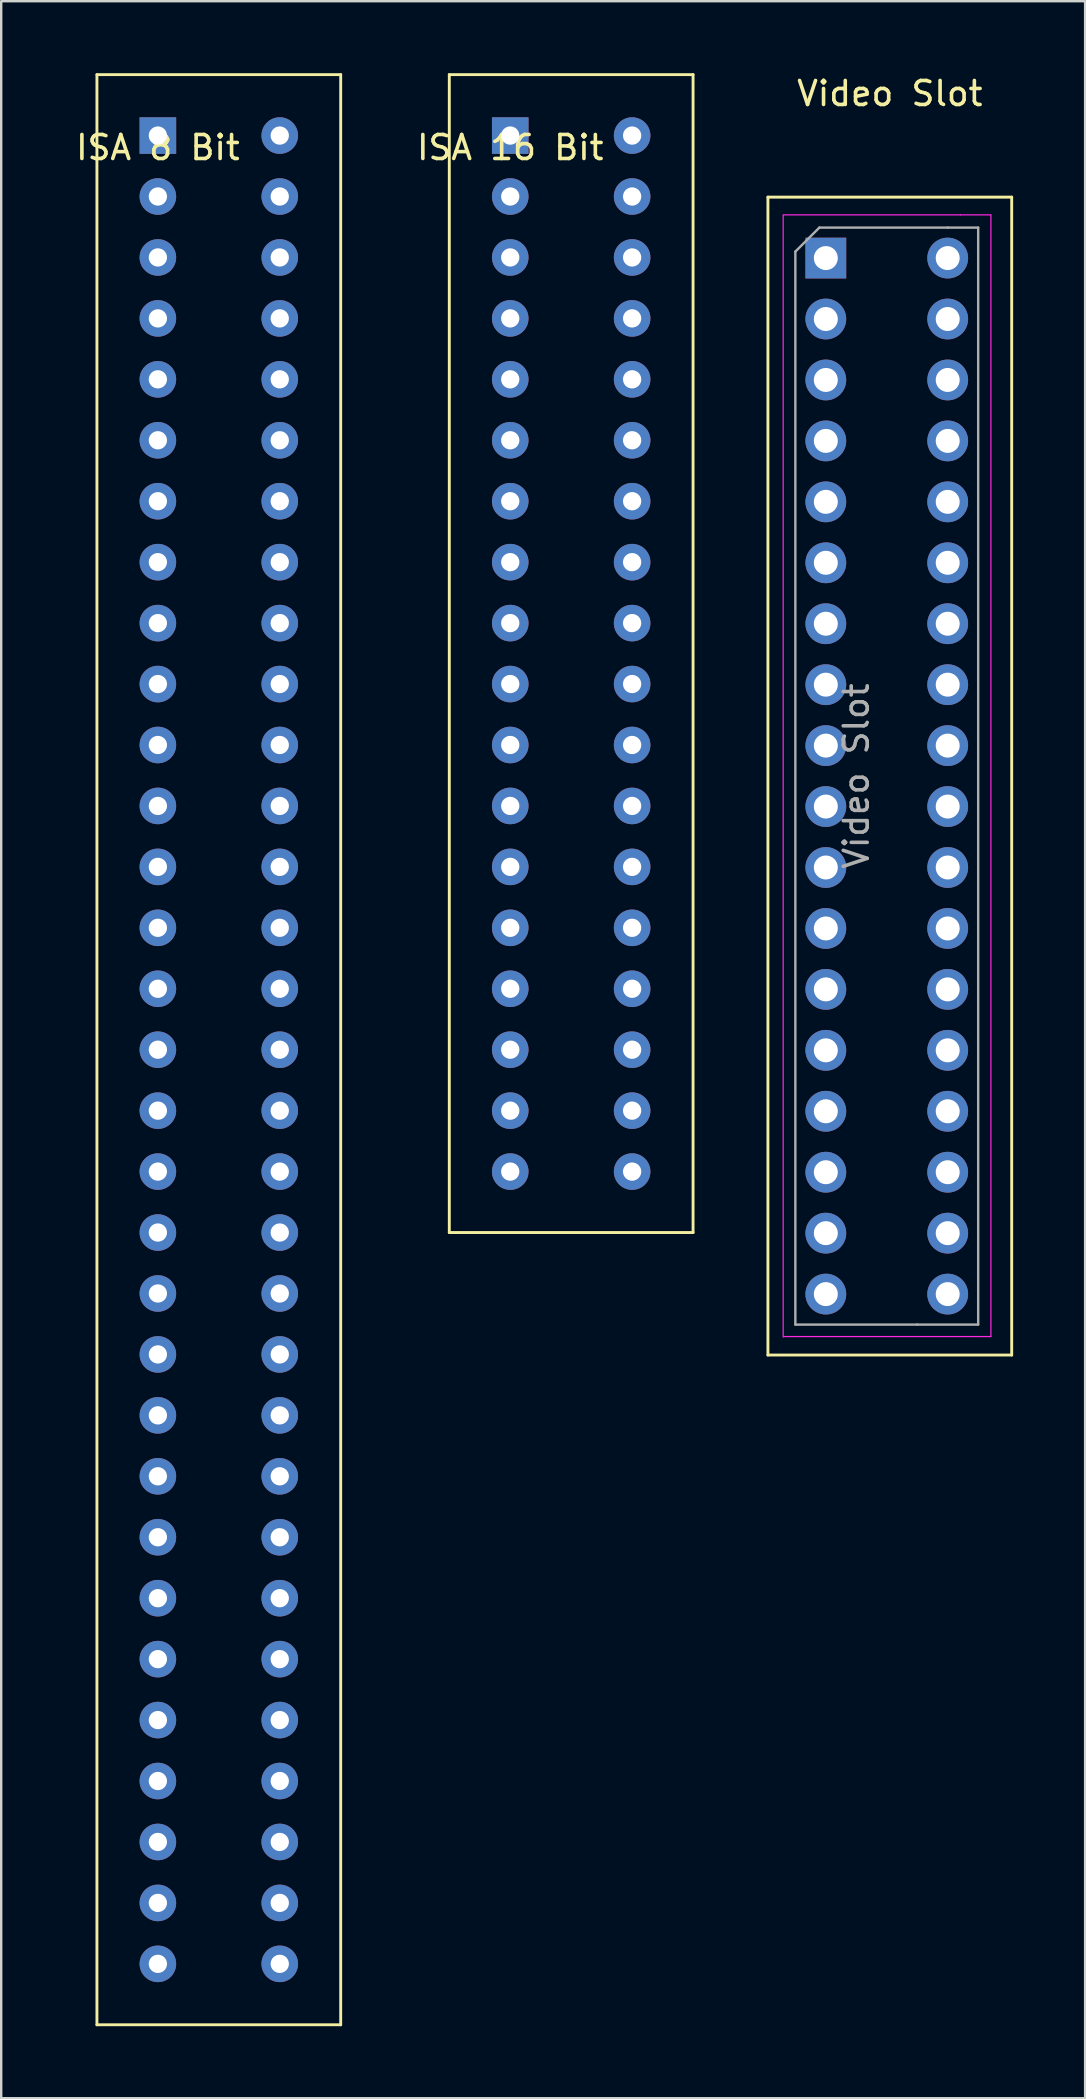
<source format=kicad_pcb>
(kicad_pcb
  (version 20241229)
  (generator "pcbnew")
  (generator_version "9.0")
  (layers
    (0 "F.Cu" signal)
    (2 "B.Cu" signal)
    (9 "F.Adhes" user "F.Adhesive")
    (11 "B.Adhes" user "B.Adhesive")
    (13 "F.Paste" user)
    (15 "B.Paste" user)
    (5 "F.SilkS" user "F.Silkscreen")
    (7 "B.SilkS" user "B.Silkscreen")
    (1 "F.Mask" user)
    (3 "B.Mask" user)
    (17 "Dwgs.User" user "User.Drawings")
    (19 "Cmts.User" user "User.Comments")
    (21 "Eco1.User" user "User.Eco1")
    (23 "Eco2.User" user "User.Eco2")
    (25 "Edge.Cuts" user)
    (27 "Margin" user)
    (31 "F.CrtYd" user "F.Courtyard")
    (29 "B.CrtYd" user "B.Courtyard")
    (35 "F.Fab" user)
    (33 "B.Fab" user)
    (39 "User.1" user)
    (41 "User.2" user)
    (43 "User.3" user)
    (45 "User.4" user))
  (footprint "Video Slot"
    (layer "F.Cu")
    (at 35.941 4.658)
    (property "Reference" "Video Slot" (at -1.905 -3.81 0) (layer "F.SilkS") (effects (font (size 1 1) (thickness 0.15))))
    (attr through_hole)
    (fp_line (start -6.985 48.768) (end -6.985 0.508) (stroke (width 0.12) (type solid)) (layer "F.SilkS"))
    (fp_line (start -6.985 48.768) (end 3.175 48.768) (stroke (width 0.12) (type solid)) (layer "F.SilkS"))
    (fp_line (start 3.175 0.508) (end -6.985 0.508) (stroke (width 0.12) (type solid)) (layer "F.SilkS"))
    (fp_line (start 3.175 0.508) (end 3.175 48.768) (stroke (width 0.12) (type solid)) (layer "F.SilkS"))
    (fp_line (start -6.35 1.27) (end -6.35 48.02) (stroke (width 0.05) (type solid)) (layer "F.CrtYd"))
    (fp_line (start -6.332 47.998) (end -0.232 47.998) (stroke (width 0.05) (type solid)) (layer "F.CrtYd"))
    (fp_line (start -0.232 47.998) (end 2.308 47.998) (stroke (width 0.05) (type solid)) (layer "F.CrtYd"))
    (fp_line (start 1.038 1.248) (end -6.35 1.248) (stroke (width 0.05) (type solid)) (layer "F.CrtYd"))
    (fp_line (start 1.038 1.248) (end 2.308 1.248) (stroke (width 0.05) (type solid)) (layer "F.CrtYd"))
    (fp_line (start 2.308 47.998) (end 2.308 1.248) (stroke (width 0.05) (type solid)) (layer "F.CrtYd"))
    (fp_line (start -5.842 2.778) (end -5.842 47.498) (stroke (width 0.1) (type solid)) (layer "F.Fab"))
    (fp_line (start -5.842 47.498) (end -0.762 47.498) (stroke (width 0.1) (type solid)) (layer "F.Fab"))
    (fp_line (start -4.842 1.778) (end -5.842 2.778) (stroke (width 0.1) (type solid)) (layer "F.Fab"))
    (fp_line (start -0.762 47.498) (end 1.778 47.498) (stroke (width 0.1) (type solid)) (layer "F.Fab"))
    (fp_line (start 0.508 1.778) (end -4.842 1.778) (stroke (width 0.1) (type solid)) (layer "F.Fab"))
    (fp_line (start 0.508 1.778) (end 1.778 1.778) (stroke (width 0.1) (type solid)) (layer "F.Fab"))
    (fp_line (start 1.778 47.498) (end 1.778 1.778) (stroke (width 0.1) (type solid)) (layer "F.Fab"))
    (fp_text user "${REFERENCE}" (at -3.302 24.638 90) (layer "F.Fab") (effects (font (size 1 1) (thickness 0.15))))
    (pad "1" thru_hole rect (at -4.572 3.048) (size 1.7 1.7) (drill 1) (layers "*.Cu" "*.Mask"))
    (pad "2" thru_hole oval (at 0.508 3.048) (size 1.7 1.7) (drill 1) (layers "*.Cu" "*.Mask"))
    (pad "3" thru_hole oval (at -4.572 5.588) (size 1.7 1.7) (drill 1) (layers "*.Cu" "*.Mask"))
    (pad "4" thru_hole oval (at 0.508 5.588) (size 1.7 1.7) (drill 1) (layers "*.Cu" "*.Mask"))
    (pad "5" thru_hole oval (at -4.572 8.128) (size 1.7 1.7) (drill 1) (layers "*.Cu" "*.Mask"))
    (pad "6" thru_hole oval (at 0.508 8.128) (size 1.7 1.7) (drill 1) (layers "*.Cu" "*.Mask"))
    (pad "7" thru_hole oval (at -4.572 10.668) (size 1.7 1.7) (drill 1) (layers "*.Cu" "*.Mask"))
    (pad "8" thru_hole oval (at 0.508 10.668) (size 1.7 1.7) (drill 1) (layers "*.Cu" "*.Mask"))
    (pad "9" thru_hole oval (at -4.572 13.208) (size 1.7 1.7) (drill 1) (layers "*.Cu" "*.Mask"))
    (pad "10" thru_hole oval (at 0.508 13.208) (size 1.7 1.7) (drill 1) (layers "*.Cu" "*.Mask"))
    (pad "11" thru_hole oval (at -4.572 15.748) (size 1.7 1.7) (drill 1) (layers "*.Cu" "*.Mask"))
    (pad "12" thru_hole oval (at 0.508 15.748) (size 1.7 1.7) (drill 1) (layers "*.Cu" "*.Mask"))
    (pad "13" thru_hole oval (at -4.572 18.288) (size 1.7 1.7) (drill 1) (layers "*.Cu" "*.Mask"))
    (pad "14" thru_hole oval (at 0.508 18.288) (size 1.7 1.7) (drill 1) (layers "*.Cu" "*.Mask"))
    (pad "15" thru_hole oval (at -4.572 20.828) (size 1.7 1.7) (drill 1) (layers "*.Cu" "*.Mask"))
    (pad "16" thru_hole oval (at 0.508 20.828) (size 1.7 1.7) (drill 1) (layers "*.Cu" "*.Mask"))
    (pad "17" thru_hole oval (at -4.572 23.368) (size 1.7 1.7) (drill 1) (layers "*.Cu" "*.Mask"))
    (pad "18" thru_hole oval (at 0.508 23.368) (size 1.7 1.7) (drill 1) (layers "*.Cu" "*.Mask"))
    (pad "19" thru_hole oval (at -4.572 25.908) (size 1.7 1.7) (drill 1) (layers "*.Cu" "*.Mask"))
    (pad "20" thru_hole oval (at 0.508 25.908) (size 1.7 1.7) (drill 1) (layers "*.Cu" "*.Mask"))
    (pad "21" thru_hole oval (at -4.572 28.448) (size 1.7 1.7) (drill 1) (layers "*.Cu" "*.Mask"))
    (pad "22" thru_hole oval (at 0.508 28.448) (size 1.7 1.7) (drill 1) (layers "*.Cu" "*.Mask"))
    (pad "23" thru_hole oval (at -4.572 30.988) (size 1.7 1.7) (drill 1) (layers "*.Cu" "*.Mask"))
    (pad "24" thru_hole oval (at 0.508 30.988) (size 1.7 1.7) (drill 1) (layers "*.Cu" "*.Mask"))
    (pad "25" thru_hole oval (at -4.572 33.528) (size 1.7 1.7) (drill 1) (layers "*.Cu" "*.Mask"))
    (pad "26" thru_hole oval (at 0.508 33.528) (size 1.7 1.7) (drill 1) (layers "*.Cu" "*.Mask"))
    (pad "27" thru_hole oval (at -4.572 36.068) (size 1.7 1.7) (drill 1) (layers "*.Cu" "*.Mask"))
    (pad "28" thru_hole oval (at 0.508 36.068) (size 1.7 1.7) (drill 1) (layers "*.Cu" "*.Mask"))
    (pad "29" thru_hole oval (at -4.572 38.608) (size 1.7 1.7) (drill 1) (layers "*.Cu" "*.Mask"))
    (pad "30" thru_hole oval (at 0.508 38.608) (size 1.7 1.7) (drill 1) (layers "*.Cu" "*.Mask"))
    (pad "31" thru_hole oval (at -4.572 41.148) (size 1.7 1.7) (drill 1) (layers "*.Cu" "*.Mask"))
    (pad "32" thru_hole oval (at 0.508 41.148) (size 1.7 1.7) (drill 1) (layers "*.Cu" "*.Mask"))
    (pad "33" thru_hole oval (at -4.572 43.688) (size 1.7 1.7) (drill 1) (layers "*.Cu" "*.Mask"))
    (pad "34" thru_hole oval (at 0.508 43.688) (size 1.7 1.7) (drill 1) (layers "*.Cu" "*.Mask"))
    (pad "35" thru_hole oval (at -4.572 46.228) (size 1.7 1.7) (drill 1) (layers "*.Cu" "*.Mask"))
    (pad "36" thru_hole oval (at 0.508 46.228) (size 1.7 1.7) (drill 1) (layers "*.Cu" "*.Mask")))
  (footprint "ISA 16 Bit"
    (layer "F.Cu")
    (at 18.216 2.6)
    (property "Reference" "ISA 16 Bit" (at 0 0.5 0) (layer "F.SilkS") (effects (font (size 1 1) (thickness 0.15))))
    (attr through_hole)
    (fp_line (start -2.54 45.72) (end -2.54 -2.54) (stroke (width 0.12) (type solid)) (layer "F.SilkS"))
    (fp_line (start -2.54 45.72) (end 7.62 45.72) (stroke (width 0.12) (type solid)) (layer "F.SilkS"))
    (fp_line (start 7.62 -2.54) (end -2.54 -2.54) (stroke (width 0.12) (type solid)) (layer "F.SilkS"))
    (fp_line (start 7.62 -2.54) (end 7.62 45.72) (stroke (width 0.12) (type solid)) (layer "F.SilkS"))
    (pad "1" thru_hole rect (at 0 0) (size 1.524 1.524) (drill 0.762) (layers "*.Cu" "*.Mask"))
    (pad "2" thru_hole circle (at 5.08 0) (size 1.524 1.524) (drill 0.762) (layers "*.Cu" "*.Mask"))
    (pad "3" thru_hole circle (at 0 2.54) (size 1.524 1.524) (drill 0.762) (layers "*.Cu" "*.Mask"))
    (pad "4" thru_hole circle (at 5.08 2.54) (size 1.524 1.524) (drill 0.762) (layers "*.Cu" "*.Mask"))
    (pad "5" thru_hole circle (at 0 5.08) (size 1.524 1.524) (drill 0.762) (layers "*.Cu" "*.Mask"))
    (pad "6" thru_hole circle (at 5.08 5.08) (size 1.524 1.524) (drill 0.762) (layers "*.Cu" "*.Mask"))
    (pad "7" thru_hole circle (at 0 7.62) (size 1.524 1.524) (drill 0.762) (layers "*.Cu" "*.Mask"))
    (pad "8" thru_hole circle (at 5.08 7.62) (size 1.524 1.524) (drill 0.762) (layers "*.Cu" "*.Mask"))
    (pad "9" thru_hole circle (at 0 10.16) (size 1.524 1.524) (drill 0.762) (layers "*.Cu" "*.Mask"))
    (pad "10" thru_hole circle (at 5.08 10.16) (size 1.524 1.524) (drill 0.762) (layers "*.Cu" "*.Mask"))
    (pad "11" thru_hole circle (at 0 12.7) (size 1.524 1.524) (drill 0.762) (layers "*.Cu" "*.Mask"))
    (pad "12" thru_hole circle (at 5.08 12.7) (size 1.524 1.524) (drill 0.762) (layers "*.Cu" "*.Mask"))
    (pad "13" thru_hole circle (at 0 15.24) (size 1.524 1.524) (drill 0.762) (layers "*.Cu" "*.Mask"))
    (pad "14" thru_hole circle (at 5.08 15.24) (size 1.524 1.524) (drill 0.762) (layers "*.Cu" "*.Mask"))
    (pad "15" thru_hole circle (at 0 17.78) (size 1.524 1.524) (drill 0.762) (layers "*.Cu" "*.Mask"))
    (pad "16" thru_hole circle (at 5.08 17.78) (size 1.524 1.524) (drill 0.762) (layers "*.Cu" "*.Mask"))
    (pad "17" thru_hole circle (at 0 20.32) (size 1.524 1.524) (drill 0.762) (layers "*.Cu" "*.Mask"))
    (pad "18" thru_hole circle (at 5.08 20.32) (size 1.524 1.524) (drill 0.762) (layers "*.Cu" "*.Mask"))
    (pad "19" thru_hole circle (at 0 22.86) (size 1.524 1.524) (drill 0.762) (layers "*.Cu" "*.Mask"))
    (pad "20" thru_hole circle (at 5.08 22.86) (size 1.524 1.524) (drill 0.762) (layers "*.Cu" "*.Mask"))
    (pad "21" thru_hole circle (at 0 25.4) (size 1.524 1.524) (drill 0.762) (layers "*.Cu" "*.Mask"))
    (pad "22" thru_hole circle (at 5.08 25.4) (size 1.524 1.524) (drill 0.762) (layers "*.Cu" "*.Mask"))
    (pad "23" thru_hole circle (at 0 27.94) (size 1.524 1.524) (drill 0.762) (layers "*.Cu" "*.Mask"))
    (pad "24" thru_hole circle (at 5.08 27.94) (size 1.524 1.524) (drill 0.762) (layers "*.Cu" "*.Mask"))
    (pad "25" thru_hole circle (at 0 30.48) (size 1.524 1.524) (drill 0.762) (layers "*.Cu" "*.Mask"))
    (pad "26" thru_hole circle (at 5.08 30.48) (size 1.524 1.524) (drill 0.762) (layers "*.Cu" "*.Mask"))
    (pad "27" thru_hole circle (at 0 33.02) (size 1.524 1.524) (drill 0.762) (layers "*.Cu" "*.Mask"))
    (pad "28" thru_hole circle (at 5.08 33.02) (size 1.524 1.524) (drill 0.762) (layers "*.Cu" "*.Mask"))
    (pad "29" thru_hole circle (at 0 35.56) (size 1.524 1.524) (drill 0.762) (layers "*.Cu" "*.Mask"))
    (pad "30" thru_hole circle (at 5.08 35.56) (size 1.524 1.524) (drill 0.762) (layers "*.Cu" "*.Mask"))
    (pad "31" thru_hole circle (at 0 38.1) (size 1.524 1.524) (drill 0.762) (layers "*.Cu" "*.Mask"))
    (pad "32" thru_hole circle (at 5.08 38.1) (size 1.524 1.524) (drill 0.762) (layers "*.Cu" "*.Mask"))
    (pad "33" thru_hole circle (at 0 40.64) (size 1.524 1.524) (drill 0.762) (layers "*.Cu" "*.Mask"))
    (pad "34" thru_hole circle (at 5.08 40.64) (size 1.524 1.524) (drill 0.762) (layers "*.Cu" "*.Mask"))
    (pad "35" thru_hole circle (at 0 43.18) (size 1.524 1.524) (drill 0.762) (layers "*.Cu" "*.Mask"))
    (pad "36" thru_hole circle (at 5.08 43.18) (size 1.524 1.524) (drill 0.762) (layers "*.Cu" "*.Mask")))
  (footprint "ISA 8 Bit"
    (layer "F.Cu")
    (at 3.53 2.6)
    (property "Reference" "ISA 8 Bit" (at 0 0.5 0) (layer "F.SilkS") (effects (font (size 1 1) (thickness 0.15))))
    (attr through_hole)
    (fp_line (start -2.54 78.74) (end -2.54 -2.54) (stroke (width 0.12) (type solid)) (layer "F.SilkS"))
    (fp_line (start -2.54 78.74) (end 7.62 78.74) (stroke (width 0.12) (type solid)) (layer "F.SilkS"))
    (fp_line (start 7.62 -2.54) (end -2.54 -2.54) (stroke (width 0.12) (type solid)) (layer "F.SilkS"))
    (fp_line (start 7.62 -2.54) (end 7.62 78.74) (stroke (width 0.12) (type solid)) (layer "F.SilkS"))
    (pad "1" thru_hole rect (at 0 0) (size 1.524 1.524) (drill 0.762) (layers "*.Cu" "*.Mask"))
    (pad "2" thru_hole circle (at 5.08 0) (size 1.524 1.524) (drill 0.762) (layers "*.Cu" "*.Mask"))
    (pad "3" thru_hole circle (at 0 2.54) (size 1.524 1.524) (drill 0.762) (layers "*.Cu" "*.Mask"))
    (pad "4" thru_hole circle (at 5.08 2.54) (size 1.524 1.524) (drill 0.762) (layers "*.Cu" "*.Mask"))
    (pad "5" thru_hole circle (at 0 5.08) (size 1.524 1.524) (drill 0.762) (layers "*.Cu" "*.Mask"))
    (pad "6" thru_hole circle (at 5.08 5.08) (size 1.524 1.524) (drill 0.762) (layers "*.Cu" "*.Mask"))
    (pad "7" thru_hole circle (at 0 7.62) (size 1.524 1.524) (drill 0.762) (layers "*.Cu" "*.Mask"))
    (pad "8" thru_hole circle (at 5.08 7.62) (size 1.524 1.524) (drill 0.762) (layers "*.Cu" "*.Mask"))
    (pad "9" thru_hole circle (at 0 10.16) (size 1.524 1.524) (drill 0.762) (layers "*.Cu" "*.Mask"))
    (pad "10" thru_hole circle (at 5.08 10.16) (size 1.524 1.524) (drill 0.762) (layers "*.Cu" "*.Mask"))
    (pad "11" thru_hole circle (at 0 12.7) (size 1.524 1.524) (drill 0.762) (layers "*.Cu" "*.Mask"))
    (pad "12" thru_hole circle (at 5.08 12.7) (size 1.524 1.524) (drill 0.762) (layers "*.Cu" "*.Mask"))
    (pad "13" thru_hole circle (at 0 15.24) (size 1.524 1.524) (drill 0.762) (layers "*.Cu" "*.Mask"))
    (pad "14" thru_hole circle (at 5.08 15.24) (size 1.524 1.524) (drill 0.762) (layers "*.Cu" "*.Mask"))
    (pad "15" thru_hole circle (at 0 17.78) (size 1.524 1.524) (drill 0.762) (layers "*.Cu" "*.Mask"))
    (pad "16" thru_hole circle (at 5.08 17.78) (size 1.524 1.524) (drill 0.762) (layers "*.Cu" "*.Mask"))
    (pad "17" thru_hole circle (at 0 20.32) (size 1.524 1.524) (drill 0.762) (layers "*.Cu" "*.Mask"))
    (pad "18" thru_hole circle (at 5.08 20.32) (size 1.524 1.524) (drill 0.762) (layers "*.Cu" "*.Mask"))
    (pad "19" thru_hole circle (at 0 22.86) (size 1.524 1.524) (drill 0.762) (layers "*.Cu" "*.Mask"))
    (pad "20" thru_hole circle (at 5.08 22.86) (size 1.524 1.524) (drill 0.762) (layers "*.Cu" "*.Mask"))
    (pad "21" thru_hole circle (at 0 25.4) (size 1.524 1.524) (drill 0.762) (layers "*.Cu" "*.Mask"))
    (pad "22" thru_hole circle (at 5.08 25.4) (size 1.524 1.524) (drill 0.762) (layers "*.Cu" "*.Mask"))
    (pad "23" thru_hole circle (at 0 27.94) (size 1.524 1.524) (drill 0.762) (layers "*.Cu" "*.Mask"))
    (pad "24" thru_hole circle (at 5.08 27.94) (size 1.524 1.524) (drill 0.762) (layers "*.Cu" "*.Mask"))
    (pad "25" thru_hole circle (at 0 30.48) (size 1.524 1.524) (drill 0.762) (layers "*.Cu" "*.Mask"))
    (pad "26" thru_hole circle (at 5.08 30.48) (size 1.524 1.524) (drill 0.762) (layers "*.Cu" "*.Mask"))
    (pad "27" thru_hole circle (at 0 33.02) (size 1.524 1.524) (drill 0.762) (layers "*.Cu" "*.Mask"))
    (pad "28" thru_hole circle (at 5.08 33.02) (size 1.524 1.524) (drill 0.762) (layers "*.Cu" "*.Mask"))
    (pad "29" thru_hole circle (at 0 35.56) (size 1.524 1.524) (drill 0.762) (layers "*.Cu" "*.Mask"))
    (pad "30" thru_hole circle (at 5.08 35.56) (size 1.524 1.524) (drill 0.762) (layers "*.Cu" "*.Mask"))
    (pad "31" thru_hole circle (at 0 38.1) (size 1.524 1.524) (drill 0.762) (layers "*.Cu" "*.Mask"))
    (pad "32" thru_hole circle (at 5.08 38.1) (size 1.524 1.524) (drill 0.762) (layers "*.Cu" "*.Mask"))
    (pad "33" thru_hole circle (at 0 40.64) (size 1.524 1.524) (drill 0.762) (layers "*.Cu" "*.Mask"))
    (pad "34" thru_hole circle (at 5.08 40.64) (size 1.524 1.524) (drill 0.762) (layers "*.Cu" "*.Mask"))
    (pad "35" thru_hole circle (at 0 43.18) (size 1.524 1.524) (drill 0.762) (layers "*.Cu" "*.Mask"))
    (pad "36" thru_hole circle (at 5.08 43.18) (size 1.524 1.524) (drill 0.762) (layers "*.Cu" "*.Mask"))
    (pad "37" thru_hole circle (at 0 45.72) (size 1.524 1.524) (drill 0.762) (layers "*.Cu" "*.Mask"))
    (pad "38" thru_hole circle (at 5.08 45.72) (size 1.524 1.524) (drill 0.762) (layers "*.Cu" "*.Mask"))
    (pad "39" thru_hole circle (at 0 48.26) (size 1.524 1.524) (drill 0.762) (layers "*.Cu" "*.Mask"))
    (pad "40" thru_hole circle (at 5.08 48.26) (size 1.524 1.524) (drill 0.762) (layers "*.Cu" "*.Mask"))
    (pad "41" thru_hole circle (at 0 50.8) (size 1.524 1.524) (drill 0.762) (layers "*.Cu" "*.Mask"))
    (pad "42" thru_hole circle (at 5.08 50.8) (size 1.524 1.524) (drill 0.762) (layers "*.Cu" "*.Mask"))
    (pad "43" thru_hole circle (at 0 53.34) (size 1.524 1.524) (drill 0.762) (layers "*.Cu" "*.Mask"))
    (pad "44" thru_hole circle (at 5.08 53.34) (size 1.524 1.524) (drill 0.762) (layers "*.Cu" "*.Mask"))
    (pad "45" thru_hole circle (at 0 55.88) (size 1.524 1.524) (drill 0.762) (layers "*.Cu" "*.Mask"))
    (pad "46" thru_hole circle (at 5.08 55.88) (size 1.524 1.524) (drill 0.762) (layers "*.Cu" "*.Mask"))
    (pad "47" thru_hole circle (at 0 58.42) (size 1.524 1.524) (drill 0.762) (layers "*.Cu" "*.Mask"))
    (pad "48" thru_hole circle (at 5.08 58.42) (size 1.524 1.524) (drill 0.762) (layers "*.Cu" "*.Mask"))
    (pad "49" thru_hole circle (at 0 60.96) (size 1.524 1.524) (drill 0.762) (layers "*.Cu" "*.Mask"))
    (pad "50" thru_hole circle (at 5.08 60.96) (size 1.524 1.524) (drill 0.762) (layers "*.Cu" "*.Mask"))
    (pad "51" thru_hole circle (at 0 63.5) (size 1.524 1.524) (drill 0.762) (layers "*.Cu" "*.Mask"))
    (pad "52" thru_hole circle (at 5.08 63.5) (size 1.524 1.524) (drill 0.762) (layers "*.Cu" "*.Mask"))
    (pad "53" thru_hole circle (at 0 66.04) (size 1.524 1.524) (drill 0.762) (layers "*.Cu" "*.Mask"))
    (pad "54" thru_hole circle (at 5.08 66.04) (size 1.524 1.524) (drill 0.762) (layers "*.Cu" "*.Mask"))
    (pad "55" thru_hole circle (at 0 68.58) (size 1.524 1.524) (drill 0.762) (layers "*.Cu" "*.Mask"))
    (pad "56" thru_hole circle (at 5.08 68.58) (size 1.524 1.524) (drill 0.762) (layers "*.Cu" "*.Mask"))
    (pad "57" thru_hole circle (at 0 71.12) (size 1.524 1.524) (drill 0.762) (layers "*.Cu" "*.Mask"))
    (pad "58" thru_hole circle (at 5.08 71.12) (size 1.524 1.524) (drill 0.762) (layers "*.Cu" "*.Mask"))
    (pad "59" thru_hole circle (at 0 73.66) (size 1.524 1.524) (drill 0.762) (layers "*.Cu" "*.Mask"))
    (pad "60" thru_hole circle (at 5.08 73.66) (size 1.524 1.524) (drill 0.762) (layers "*.Cu" "*.Mask"))
    (pad "61" thru_hole circle (at 0 76.2) (size 1.524 1.524) (drill 0.762) (layers "*.Cu" "*.Mask"))
    (pad "62" thru_hole circle (at 5.08 76.2) (size 1.524 1.524) (drill 0.762) (layers "*.Cu" "*.Mask")))
  (gr_rect
    (start -3 -3)
    (end 42.176 84.4)
    (stroke (width 0.1) (type default))
    (fill no)
    (layer "Edge.Cuts")))
</source>
